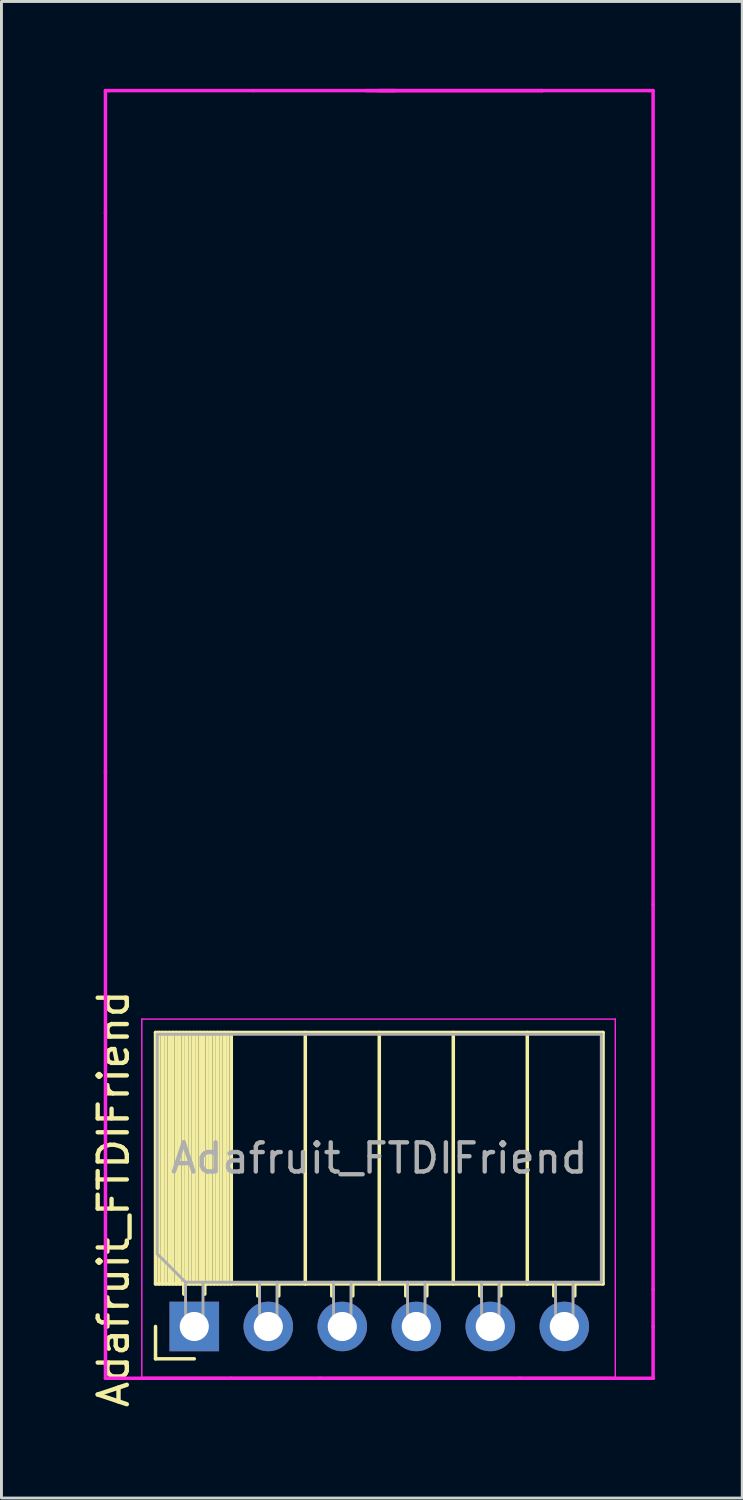
<source format=kicad_pcb>
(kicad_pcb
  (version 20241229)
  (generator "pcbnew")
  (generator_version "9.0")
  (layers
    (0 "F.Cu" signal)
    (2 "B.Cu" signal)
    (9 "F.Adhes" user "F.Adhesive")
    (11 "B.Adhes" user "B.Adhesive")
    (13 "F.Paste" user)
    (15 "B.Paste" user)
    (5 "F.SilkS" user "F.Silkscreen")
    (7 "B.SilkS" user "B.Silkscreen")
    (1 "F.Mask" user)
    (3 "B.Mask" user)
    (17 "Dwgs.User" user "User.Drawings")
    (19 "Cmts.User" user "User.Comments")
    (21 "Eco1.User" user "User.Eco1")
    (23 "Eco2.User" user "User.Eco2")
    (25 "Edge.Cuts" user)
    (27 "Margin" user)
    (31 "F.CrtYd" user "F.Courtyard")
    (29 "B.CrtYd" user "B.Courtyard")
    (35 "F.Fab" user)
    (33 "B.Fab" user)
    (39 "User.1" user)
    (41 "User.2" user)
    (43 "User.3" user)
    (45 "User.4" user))
  (footprint "Adafruit_FTDIFriend"
    (layer "F.Cu")
    (at 9.968 32.318)
    (property "Reference" "Adafruit_FTDIFriend" (at -9.12 5.78 90) (layer "F.SilkS") (effects (font (size 1 1) (thickness 0.15))))
    (attr through_hole)
    (fp_line (start -7.68 0.07) (end -7.68 8.7) (stroke (width 0.12) (type solid)) (layer "F.SilkS"))
    (fp_line (start -7.68 0.07) (end 7.68 0.07) (stroke (width 0.12) (type solid)) (layer "F.SilkS"))
    (fp_line (start -7.68 8.7) (end 7.68 8.7) (stroke (width 0.12) (type solid)) (layer "F.SilkS"))
    (fp_line (start -7.68 10.16) (end -7.68 11.27) (stroke (width 0.12) (type solid)) (layer "F.SilkS"))
    (fp_line (start -7.68 11.27) (end -6.35 11.27) (stroke (width 0.12) (type solid)) (layer "F.SilkS"))
    (fp_line (start -7.56 0.07) (end -7.56 8.7) (stroke (width 0.12) (type solid)) (layer "F.SilkS"))
    (fp_line (start -7.442 0.07) (end -7.442 8.7) (stroke (width 0.12) (type solid)) (layer "F.SilkS"))
    (fp_line (start -7.324 0.07) (end -7.324 8.7) (stroke (width 0.12) (type solid)) (layer "F.SilkS"))
    (fp_line (start -7.206 0.07) (end -7.206 8.7) (stroke (width 0.12) (type solid)) (layer "F.SilkS"))
    (fp_line (start -7.088 0.07) (end -7.088 8.7) (stroke (width 0.12) (type solid)) (layer "F.SilkS"))
    (fp_line (start -6.97 0.07) (end -6.97 8.7) (stroke (width 0.12) (type solid)) (layer "F.SilkS"))
    (fp_line (start -6.851 0.07) (end -6.851 8.7) (stroke (width 0.12) (type solid)) (layer "F.SilkS"))
    (fp_line (start -6.733 0.07) (end -6.733 8.7) (stroke (width 0.12) (type solid)) (layer "F.SilkS"))
    (fp_line (start -6.71 8.7) (end -6.71 9.05) (stroke (width 0.12) (type solid)) (layer "F.SilkS"))
    (fp_line (start -6.615 0.07) (end -6.615 8.7) (stroke (width 0.12) (type solid)) (layer "F.SilkS"))
    (fp_line (start -6.497 0.07) (end -6.497 8.7) (stroke (width 0.12) (type solid)) (layer "F.SilkS"))
    (fp_line (start -6.379 0.07) (end -6.379 8.7) (stroke (width 0.12) (type solid)) (layer "F.SilkS"))
    (fp_line (start -6.261 0.07) (end -6.261 8.7) (stroke (width 0.12) (type solid)) (layer "F.SilkS"))
    (fp_line (start -6.143 0.07) (end -6.143 8.7) (stroke (width 0.12) (type solid)) (layer "F.SilkS"))
    (fp_line (start -6.025 0.07) (end -6.025 8.7) (stroke (width 0.12) (type solid)) (layer "F.SilkS"))
    (fp_line (start -5.99 8.7) (end -5.99 9.05) (stroke (width 0.12) (type solid)) (layer "F.SilkS"))
    (fp_line (start -5.907 0.07) (end -5.907 8.7) (stroke (width 0.12) (type solid)) (layer "F.SilkS"))
    (fp_line (start -5.789 0.07) (end -5.789 8.7) (stroke (width 0.12) (type solid)) (layer "F.SilkS"))
    (fp_line (start -5.67 0.07) (end -5.67 8.7) (stroke (width 0.12) (type solid)) (layer "F.SilkS"))
    (fp_line (start -5.552 0.07) (end -5.552 8.7) (stroke (width 0.12) (type solid)) (layer "F.SilkS"))
    (fp_line (start -5.434 0.07) (end -5.434 8.7) (stroke (width 0.12) (type solid)) (layer "F.SilkS"))
    (fp_line (start -5.316 0.07) (end -5.316 8.7) (stroke (width 0.12) (type solid)) (layer "F.SilkS"))
    (fp_line (start -5.198 0.07) (end -5.198 8.7) (stroke (width 0.12) (type solid)) (layer "F.SilkS"))
    (fp_line (start -5.08 0.07) (end -5.08 8.7) (stroke (width 0.12) (type solid)) (layer "F.SilkS"))
    (fp_line (start -4.17 8.7) (end -4.17 9.11) (stroke (width 0.12) (type solid)) (layer "F.SilkS"))
    (fp_line (start -3.45 8.7) (end -3.45 9.11) (stroke (width 0.12) (type solid)) (layer "F.SilkS"))
    (fp_line (start -2.54 0.07) (end -2.54 8.7) (stroke (width 0.12) (type solid)) (layer "F.SilkS"))
    (fp_line (start -1.63 8.7) (end -1.63 9.11) (stroke (width 0.12) (type solid)) (layer "F.SilkS"))
    (fp_line (start -0.91 8.7) (end -0.91 9.11) (stroke (width 0.12) (type solid)) (layer "F.SilkS"))
    (fp_line (start 0 0.07) (end 0 8.7) (stroke (width 0.12) (type solid)) (layer "F.SilkS"))
    (fp_line (start 0.91 8.7) (end 0.91 9.11) (stroke (width 0.12) (type solid)) (layer "F.SilkS"))
    (fp_line (start 1.63 8.7) (end 1.63 9.11) (stroke (width 0.12) (type solid)) (layer "F.SilkS"))
    (fp_line (start 2.54 0.07) (end 2.54 8.7) (stroke (width 0.12) (type solid)) (layer "F.SilkS"))
    (fp_line (start 3.45 8.7) (end 3.45 9.11) (stroke (width 0.12) (type solid)) (layer "F.SilkS"))
    (fp_line (start 4.17 8.7) (end 4.17 9.11) (stroke (width 0.12) (type solid)) (layer "F.SilkS"))
    (fp_line (start 5.08 0.07) (end 5.08 8.7) (stroke (width 0.12) (type solid)) (layer "F.SilkS"))
    (fp_line (start 5.99 8.7) (end 5.99 9.11) (stroke (width 0.12) (type solid)) (layer "F.SilkS"))
    (fp_line (start 6.71 8.7) (end 6.71 9.11) (stroke (width 0.12) (type solid)) (layer "F.SilkS"))
    (fp_line (start 7.68 0.07) (end 7.68 8.7) (stroke (width 0.12) (type solid)) (layer "F.SilkS"))
    (fp_line (start -9.398 -32.258) (end -9.271 -32.258) (stroke (width 0.12) (type solid)) (layer "F.CrtYd"))
    (fp_line (start -9.398 -28.067) (end -9.398 -32.258) (stroke (width 0.12) (type solid)) (layer "F.CrtYd"))
    (fp_line (start -9.398 -8.89) (end -9.398 -28.067) (stroke (width 0.12) (type solid)) (layer "F.CrtYd"))
    (fp_line (start -9.398 10.16) (end -9.398 -8.89) (stroke (width 0.12) (type solid)) (layer "F.CrtYd"))
    (fp_line (start -9.398 10.16) (end -9.398 11.938) (stroke (width 0.12) (type solid)) (layer "F.CrtYd"))
    (fp_line (start -9.398 11.938) (end -5.08 11.938) (stroke (width 0.12) (type solid)) (layer "F.CrtYd"))
    (fp_line (start -8.15 -0.39) (end 8.1 -0.39) (stroke (width 0.05) (type solid)) (layer "F.CrtYd"))
    (fp_line (start -8.15 11.91) (end -8.15 -0.39) (stroke (width 0.05) (type solid)) (layer "F.CrtYd"))
    (fp_line (start -5.08 11.938) (end -2.032 11.938) (stroke (width 0.12) (type solid)) (layer "F.CrtYd"))
    (fp_line (start -4.318 -32.258) (end -9.271 -32.258) (stroke (width 0.12) (type solid)) (layer "F.CrtYd"))
    (fp_line (start -2.032 11.938) (end 4.826 11.938) (stroke (width 0.12) (type solid)) (layer "F.CrtYd"))
    (fp_line (start 0 -32.258) (end 0.508 -32.258) (stroke (width 0.12) (type solid)) (layer "F.CrtYd"))
    (fp_line (start 0.508 -32.258) (end -0.457 -32.258) (stroke (width 0.12) (type solid)) (layer "F.CrtYd"))
    (fp_line (start 0.508 -32.258) (end 5.588 -32.258) (stroke (width 0.12) (type solid)) (layer "F.CrtYd"))
    (fp_line (start 4.826 11.938) (end 9.398 11.938) (stroke (width 0.12) (type solid)) (layer "F.CrtYd"))
    (fp_line (start 5.588 -32.258) (end -4.318 -32.258) (stroke (width 0.12) (type solid)) (layer "F.CrtYd"))
    (fp_line (start 5.588 -32.258) (end 9.271 -32.258) (stroke (width 0.12) (type solid)) (layer "F.CrtYd"))
    (fp_line (start 8.1 -0.39) (end 8.1 11.91) (stroke (width 0.05) (type solid)) (layer "F.CrtYd"))
    (fp_line (start 8.1 11.91) (end -8.15 11.91) (stroke (width 0.05) (type solid)) (layer "F.CrtYd"))
    (fp_line (start 9.271 -32.258) (end 9.398 -32.258) (stroke (width 0.12) (type solid)) (layer "F.CrtYd"))
    (fp_line (start 9.398 -4.318) (end 9.398 -32.258) (stroke (width 0.12) (type solid)) (layer "F.CrtYd"))
    (fp_line (start 9.398 8.89) (end 9.398 -4.318) (stroke (width 0.12) (type solid)) (layer "F.CrtYd"))
    (fp_line (start 9.398 10.16) (end 9.398 8.89) (stroke (width 0.12) (type solid)) (layer "F.CrtYd"))
    (fp_line (start 9.398 10.16) (end 9.398 11.913) (stroke (width 0.12) (type solid)) (layer "F.CrtYd"))
    (fp_line (start 9.398 11.938) (end 9.398 11.913) (stroke (width 0.12) (type solid)) (layer "F.CrtYd"))
    (fp_line (start -7.62 0.13) (end -7.62 7.67) (stroke (width 0.1) (type solid)) (layer "F.Fab"))
    (fp_line (start -7.62 7.67) (end -6.65 8.64) (stroke (width 0.1) (type solid)) (layer "F.Fab"))
    (fp_line (start -6.65 8.64) (end 7.62 8.64) (stroke (width 0.1) (type solid)) (layer "F.Fab"))
    (fp_line (start -6.65 10.16) (end -6.65 8.64) (stroke (width 0.1) (type solid)) (layer "F.Fab"))
    (fp_line (start -6.05 8.64) (end -6.05 10.16) (stroke (width 0.1) (type solid)) (layer "F.Fab"))
    (fp_line (start -6.05 10.16) (end -6.65 10.16) (stroke (width 0.1) (type solid)) (layer "F.Fab"))
    (fp_line (start -4.11 10.16) (end -4.11 8.64) (stroke (width 0.1) (type solid)) (layer "F.Fab"))
    (fp_line (start -3.51 8.64) (end -3.51 10.16) (stroke (width 0.1) (type solid)) (layer "F.Fab"))
    (fp_line (start -3.51 10.16) (end -4.11 10.16) (stroke (width 0.1) (type solid)) (layer "F.Fab"))
    (fp_line (start -1.57 10.16) (end -1.57 8.64) (stroke (width 0.1) (type solid)) (layer "F.Fab"))
    (fp_line (start -0.97 8.64) (end -0.97 10.16) (stroke (width 0.1) (type solid)) (layer "F.Fab"))
    (fp_line (start -0.97 10.16) (end -1.57 10.16) (stroke (width 0.1) (type solid)) (layer "F.Fab"))
    (fp_line (start 0.97 10.16) (end 0.97 8.64) (stroke (width 0.1) (type solid)) (layer "F.Fab"))
    (fp_line (start 1.57 8.64) (end 1.57 10.16) (stroke (width 0.1) (type solid)) (layer "F.Fab"))
    (fp_line (start 1.57 10.16) (end 0.97 10.16) (stroke (width 0.1) (type solid)) (layer "F.Fab"))
    (fp_line (start 3.51 10.16) (end 3.51 8.64) (stroke (width 0.1) (type solid)) (layer "F.Fab"))
    (fp_line (start 4.11 8.64) (end 4.11 10.16) (stroke (width 0.1) (type solid)) (layer "F.Fab"))
    (fp_line (start 4.11 10.16) (end 3.51 10.16) (stroke (width 0.1) (type solid)) (layer "F.Fab"))
    (fp_line (start 6.05 10.16) (end 6.05 8.64) (stroke (width 0.1) (type solid)) (layer "F.Fab"))
    (fp_line (start 6.65 8.64) (end 6.65 10.16) (stroke (width 0.1) (type solid)) (layer "F.Fab"))
    (fp_line (start 6.65 10.16) (end 6.05 10.16) (stroke (width 0.1) (type solid)) (layer "F.Fab"))
    (fp_line (start 7.62 0.13) (end -7.62 0.13) (stroke (width 0.1) (type solid)) (layer "F.Fab"))
    (fp_line (start 7.62 8.64) (end 7.62 0.13) (stroke (width 0.1) (type solid)) (layer "F.Fab"))
    (fp_text user "${REFERENCE}" (at 0 4.385 180) (layer "F.Fab") (effects (font (size 1 1) (thickness 0.15))))
    (pad "1" thru_hole rect (at -6.35 10.16 90) (size 1.7 1.7) (drill 1) (layers "*.Cu" "*.Mask"))
    (pad "2" thru_hole oval (at -3.81 10.16 90) (size 1.7 1.7) (drill 1) (layers "*.Cu" "*.Mask"))
    (pad "3" thru_hole oval (at -1.27 10.16 90) (size 1.7 1.7) (drill 1) (layers "*.Cu" "*.Mask"))
    (pad "4" thru_hole oval (at 1.27 10.16 90) (size 1.7 1.7) (drill 1) (layers "*.Cu" "*.Mask"))
    (pad "5" thru_hole oval (at 3.81 10.16 90) (size 1.7 1.7) (drill 1) (layers "*.Cu" "*.Mask"))
    (pad "6" thru_hole oval (at 6.35 10.16 90) (size 1.7 1.7) (drill 1) (layers "*.Cu" "*.Mask")))
  (gr_rect
    (start -3 -3)
    (end 22.426 48.366)
    (stroke (width 0.1) (type default))
    (fill no)
    (layer "Edge.Cuts")))
</source>
